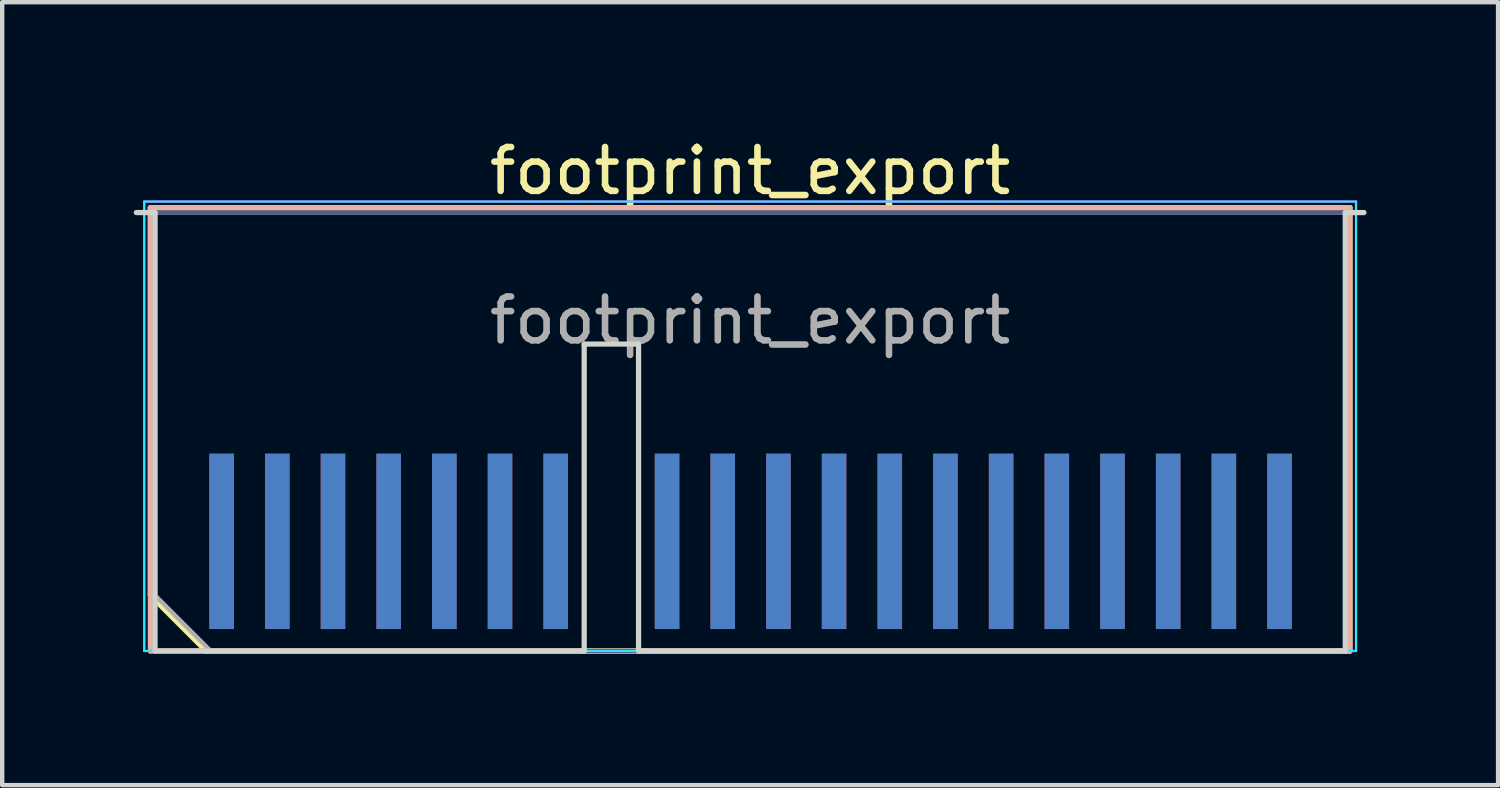
<source format=kicad_pcb>
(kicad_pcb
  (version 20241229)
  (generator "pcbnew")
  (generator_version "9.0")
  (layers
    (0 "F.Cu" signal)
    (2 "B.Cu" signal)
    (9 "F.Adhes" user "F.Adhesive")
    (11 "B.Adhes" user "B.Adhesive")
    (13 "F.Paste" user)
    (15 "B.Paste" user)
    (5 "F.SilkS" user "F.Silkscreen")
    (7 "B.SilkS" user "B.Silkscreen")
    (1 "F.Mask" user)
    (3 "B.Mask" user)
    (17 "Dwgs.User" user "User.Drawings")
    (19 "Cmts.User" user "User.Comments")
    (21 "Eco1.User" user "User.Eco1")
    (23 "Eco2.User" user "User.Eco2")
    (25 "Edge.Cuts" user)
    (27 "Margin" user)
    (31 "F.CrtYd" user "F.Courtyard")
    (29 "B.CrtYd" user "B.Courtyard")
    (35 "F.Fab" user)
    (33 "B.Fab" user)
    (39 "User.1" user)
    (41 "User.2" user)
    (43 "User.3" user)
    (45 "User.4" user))
  (footprint "footprint_export"
    (layer "F.Cu")
    (at 14.06 6.798)
    (property "Reference" "footprint_export" (at 0 -5.95 0) (layer "F.SilkS") (effects (font (size 1 1) (thickness 0.15))))
    (attr exclude_from_pos_files exclude_from_bom)
    (fp_line (start -13.68 -5.11) (end 13.68 -5.11) (stroke (width 0.12) (type solid)) (layer "F.SilkS"))
    (fp_line (start -13.68 3.73) (end -13.68 -5.11) (stroke (width 0.12) (type solid)) (layer "F.SilkS"))
    (fp_line (start -12.41 5) (end -13.68 3.73) (stroke (width 0.12) (type solid)) (layer "F.SilkS"))
    (fp_line (start -12.41 5) (end 13.68 5) (stroke (width 0.12) (type solid)) (layer "F.SilkS"))
    (fp_line (start 13.68 5) (end 13.68 -5.11) (stroke (width 0.12) (type solid)) (layer "F.SilkS"))
    (fp_line (start -13.68 -5.11) (end 13.68 -5.11) (stroke (width 0.12) (type solid)) (layer "B.SilkS"))
    (fp_line (start -13.68 5) (end -13.68 -5.11) (stroke (width 0.12) (type solid)) (layer "B.SilkS"))
    (fp_line (start -13.68 5) (end 13.68 5) (stroke (width 0.12) (type solid)) (layer "B.SilkS"))
    (fp_line (start 13.68 5) (end 13.68 -5.11) (stroke (width 0.12) (type solid)) (layer "B.SilkS"))
    (fp_line (start -14 -5) (end -13.575 -5) (stroke (width 0.12) (type solid)) (layer "Edge.Cuts"))
    (fp_line (start -13.575 5) (end -13.575 -5) (stroke (width 0.12) (type solid)) (layer "Edge.Cuts"))
    (fp_line (start -13.575 5) (end -3.785 5) (stroke (width 0.12) (type solid)) (layer "Edge.Cuts"))
    (fp_line (start -3.785 -2) (end -2.545 -2) (stroke (width 0.12) (type solid)) (layer "Edge.Cuts"))
    (fp_line (start -3.785 5) (end -3.785 -2) (stroke (width 0.12) (type solid)) (layer "Edge.Cuts"))
    (fp_line (start -2.545 5) (end -2.545 -2) (stroke (width 0.12) (type solid)) (layer "Edge.Cuts"))
    (fp_line (start -2.545 5) (end 13.575 5) (stroke (width 0.12) (type solid)) (layer "Edge.Cuts"))
    (fp_line (start 13.575 5) (end 13.575 -5) (stroke (width 0.12) (type solid)) (layer "Edge.Cuts"))
    (fp_line (start 14 -5) (end 13.575 -5) (stroke (width 0.12) (type solid)) (layer "Edge.Cuts"))
    (fp_line (start -13.82 -5.25) (end -13.82 5) (stroke (width 0.05) (type solid)) (layer "B.CrtYd"))
    (fp_line (start -13.82 5) (end 13.82 5) (stroke (width 0.05) (type solid)) (layer "B.CrtYd"))
    (fp_line (start 13.82 -5.25) (end -13.82 -5.25) (stroke (width 0.05) (type solid)) (layer "B.CrtYd"))
    (fp_line (start 13.82 5) (end 13.82 -5.25) (stroke (width 0.05) (type solid)) (layer "B.CrtYd"))
    (fp_line (start -13.82 -5.25) (end -13.82 5) (stroke (width 0.05) (type solid)) (layer "F.CrtYd"))
    (fp_line (start -13.82 5) (end 13.82 5) (stroke (width 0.05) (type solid)) (layer "F.CrtYd"))
    (fp_line (start 13.82 -5.25) (end -13.82 -5.25) (stroke (width 0.05) (type solid)) (layer "F.CrtYd"))
    (fp_line (start 13.82 5) (end 13.82 -5.25) (stroke (width 0.05) (type solid)) (layer "F.CrtYd"))
    (fp_line (start -13.575 -5) (end 13.575 -5) (stroke (width 0.1) (type solid)) (layer "B.Fab"))
    (fp_line (start -13.575 5) (end -13.575 -5) (stroke (width 0.1) (type solid)) (layer "B.Fab"))
    (fp_line (start -13.575 5) (end 13.575 5) (stroke (width 0.1) (type solid)) (layer "B.Fab"))
    (fp_line (start 13.575 5) (end 13.575 -5) (stroke (width 0.1) (type solid)) (layer "B.Fab"))
    (fp_line (start -13.575 -5) (end 13.575 -5) (stroke (width 0.1) (type solid)) (layer "F.Fab"))
    (fp_line (start -13.575 3.73) (end -13.575 -5) (stroke (width 0.1) (type solid)) (layer "F.Fab"))
    (fp_line (start -13.575 3.73) (end -12.305 5) (stroke (width 0.1) (type solid)) (layer "F.Fab"))
    (fp_line (start -12.305 5) (end 13.575 5) (stroke (width 0.1) (type solid)) (layer "F.Fab"))
    (fp_line (start 13.575 5) (end 13.575 -5) (stroke (width 0.1) (type solid)) (layer "F.Fab"))
    (fp_text user "${REFERENCE}" (at 0 -2.54 0) (layer "F.Fab") (effects (font (size 1 1) (thickness 0.15))))
    (pad "1" connect rect (at -12.055 2.5) (size 0.56 4) (layers "F.Cu" "F.Mask"))
    (pad "2" connect rect (at -12.055 2.5) (size 0.56 4) (layers "B.Cu" "B.Mask"))
    (pad "3" connect rect (at -10.785 2.5) (size 0.56 4) (layers "F.Cu" "F.Mask"))
    (pad "4" connect rect (at -10.785 2.5) (size 0.56 4) (layers "B.Cu" "B.Mask"))
    (pad "5" connect rect (at -9.515 2.5) (size 0.56 4) (layers "F.Cu" "F.Mask"))
    (pad "6" connect rect (at -9.515 2.5) (size 0.56 4) (layers "B.Cu" "B.Mask"))
    (pad "7" connect rect (at -8.245 2.5) (size 0.56 4) (layers "F.Cu" "F.Mask"))
    (pad "8" connect rect (at -8.245 2.5) (size 0.56 4) (layers "B.Cu" "B.Mask"))
    (pad "9" connect rect (at -6.975 2.5) (size 0.56 4) (layers "F.Cu" "F.Mask"))
    (pad "10" connect rect (at -6.975 2.5) (size 0.56 4) (layers "B.Cu" "B.Mask"))
    (pad "11" connect rect (at -5.705 2.5) (size 0.56 4) (layers "F.Cu" "F.Mask"))
    (pad "12" connect rect (at -5.705 2.5) (size 0.56 4) (layers "B.Cu" "B.Mask"))
    (pad "13" connect rect (at -4.435 2.5) (size 0.56 4) (layers "F.Cu" "F.Mask"))
    (pad "14" connect rect (at -4.435 2.5) (size 0.56 4) (layers "B.Cu" "B.Mask"))
    (pad "17" connect rect (at -1.895 2.5) (size 0.56 4) (layers "F.Cu" "F.Mask"))
    (pad "18" connect rect (at -1.895 2.5) (size 0.56 4) (layers "B.Cu" "B.Mask"))
    (pad "19" connect rect (at -0.625 2.5) (size 0.56 4) (layers "F.Cu" "F.Mask"))
    (pad "20" connect rect (at -0.625 2.5) (size 0.56 4) (layers "B.Cu" "B.Mask"))
    (pad "21" connect rect (at 0.645 2.5) (size 0.56 4) (layers "F.Cu" "F.Mask"))
    (pad "22" connect rect (at 0.645 2.5) (size 0.56 4) (layers "B.Cu" "B.Mask"))
    (pad "23" connect rect (at 1.915 2.5) (size 0.56 4) (layers "F.Cu" "F.Mask"))
    (pad "24" connect rect (at 1.915 2.5) (size 0.56 4) (layers "B.Cu" "B.Mask"))
    (pad "25" connect rect (at 3.185 2.5) (size 0.56 4) (layers "F.Cu" "F.Mask"))
    (pad "26" connect rect (at 3.185 2.5) (size 0.56 4) (layers "B.Cu" "B.Mask"))
    (pad "27" connect rect (at 4.455 2.5) (size 0.56 4) (layers "F.Cu" "F.Mask"))
    (pad "28" connect rect (at 4.455 2.5) (size 0.56 4) (layers "B.Cu" "B.Mask"))
    (pad "29" connect rect (at 5.725 2.5) (size 0.56 4) (layers "F.Cu" "F.Mask"))
    (pad "30" connect rect (at 5.725 2.5) (size 0.56 4) (layers "B.Cu" "B.Mask"))
    (pad "31" connect rect (at 6.995 2.5) (size 0.56 4) (layers "F.Cu" "F.Mask"))
    (pad "32" connect rect (at 6.995 2.5) (size 0.56 4) (layers "B.Cu" "B.Mask"))
    (pad "33" connect rect (at 8.265 2.5) (size 0.56 4) (layers "F.Cu" "F.Mask"))
    (pad "34" connect rect (at 8.265 2.5) (size 0.56 4) (layers "B.Cu" "B.Mask"))
    (pad "35" connect rect (at 9.535 2.5) (size 0.56 4) (layers "F.Cu" "F.Mask"))
    (pad "36" connect rect (at 9.535 2.5) (size 0.56 4) (layers "B.Cu" "B.Mask"))
    (pad "37" connect rect (at 10.805 2.5) (size 0.56 4) (layers "F.Cu" "F.Mask"))
    (pad "38" connect rect (at 10.805 2.5) (size 0.56 4) (layers "B.Cu" "B.Mask"))
    (pad "39" connect rect (at 12.075 2.5) (size 0.56 4) (layers "F.Cu" "F.Mask"))
    (pad "40" connect rect (at 12.075 2.5) (size 0.56 4) (layers "B.Cu" "B.Mask")))
  (gr_rect
    (start -3 -3)
    (end 31.12 14.858)
    (stroke (width 0.1) (type default))
    (fill no)
    (layer "Edge.Cuts")))
</source>
